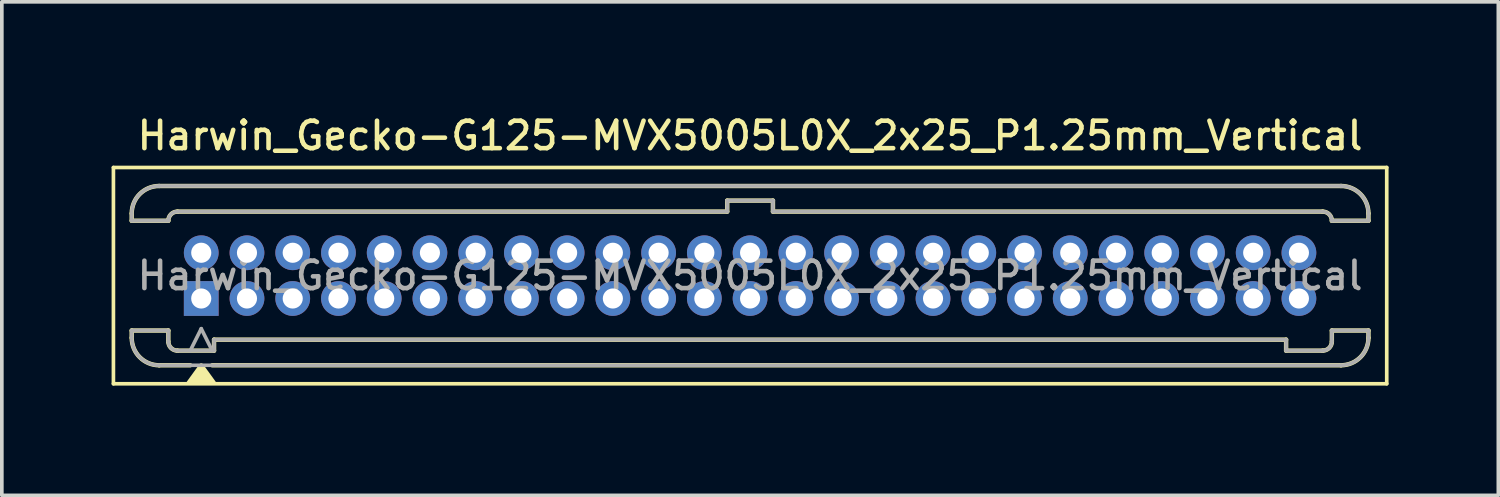
<source format=kicad_pcb>
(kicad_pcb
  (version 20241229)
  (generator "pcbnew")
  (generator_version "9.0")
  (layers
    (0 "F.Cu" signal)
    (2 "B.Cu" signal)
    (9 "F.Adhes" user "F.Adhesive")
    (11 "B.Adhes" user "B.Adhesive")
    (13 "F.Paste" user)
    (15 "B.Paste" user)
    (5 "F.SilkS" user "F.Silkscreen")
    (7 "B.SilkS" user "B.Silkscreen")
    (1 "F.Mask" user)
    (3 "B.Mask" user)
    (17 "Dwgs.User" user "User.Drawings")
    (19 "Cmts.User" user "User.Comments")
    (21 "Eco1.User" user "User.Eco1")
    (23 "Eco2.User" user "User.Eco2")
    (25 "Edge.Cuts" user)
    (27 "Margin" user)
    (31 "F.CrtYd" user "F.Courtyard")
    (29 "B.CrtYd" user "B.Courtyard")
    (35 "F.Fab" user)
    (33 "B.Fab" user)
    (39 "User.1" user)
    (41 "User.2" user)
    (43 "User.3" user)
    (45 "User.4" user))
  (footprint "Harwin_Gecko-G125-MVX5005L0X_2x25_P1.25mm_Vertical"
    (layer "F.Cu")
    (at 2.45 5.108)
    (property "Reference" "Harwin_Gecko-G125-MVX5005L0X_2x25_P1.25mm_Vertical" (at 15 -4.45 0) (layer "F.SilkS") (effects (font (size 0.75 0.75) (thickness 0.125))))
    (attr through_hole)
    (fp_line (start -2.4 -3.58) (end -2.4 2.33) (stroke (width 0.1) (type solid)) (layer "F.SilkS"))
    (fp_line (start -2.4 2.33) (end 32.4 2.33) (stroke (width 0.1) (type solid)) (layer "F.SilkS"))
    (fp_line (start -1.9 -2.325) (end -1.9 -2.125) (stroke (width 0.12) (type solid)) (layer "F.SilkS"))
    (fp_line (start -1.9 -2.125) (end -0.9 -2.125) (stroke (width 0.12) (type solid)) (layer "F.SilkS"))
    (fp_line (start -1.9 0.875) (end -0.9 0.875) (stroke (width 0.12) (type solid)) (layer "F.SilkS"))
    (fp_line (start -1.9 1.075) (end -1.9 0.875) (stroke (width 0.12) (type solid)) (layer "F.SilkS"))
    (fp_line (start -1.15 -3.075) (end 31.15 -3.075) (stroke (width 0.12) (type solid)) (layer "F.SilkS"))
    (fp_line (start -1.15 1.825) (end -0.3 1.825) (stroke (width 0.12) (type solid)) (layer "F.SilkS"))
    (fp_line (start -0.9 1.175) (end -0.9 0.875) (stroke (width 0.12) (type solid)) (layer "F.SilkS"))
    (fp_line (start -0.65 -2.375) (end 14.375 -2.375) (stroke (width 0.12) (type solid)) (layer "F.SilkS"))
    (fp_line (start -0.65 1.425) (end 0.35 1.425) (stroke (width 0.12) (type solid)) (layer "F.SilkS"))
    (fp_line (start 0.3 1.825) (end 31.15 1.825) (stroke (width 0.12) (type solid)) (layer "F.SilkS"))
    (fp_line (start 0.35 1.125) (end 29.65 1.125) (stroke (width 0.12) (type solid)) (layer "F.SilkS"))
    (fp_line (start 0.35 1.425) (end 0.35 1.125) (stroke (width 0.12) (type solid)) (layer "F.SilkS"))
    (fp_line (start 14.375 -2.675) (end 15.625 -2.675) (stroke (width 0.12) (type solid)) (layer "F.SilkS"))
    (fp_line (start 14.375 -2.375) (end 14.375 -2.675) (stroke (width 0.12) (type solid)) (layer "F.SilkS"))
    (fp_line (start 15.625 -2.675) (end 15.625 -2.375) (stroke (width 0.12) (type solid)) (layer "F.SilkS"))
    (fp_line (start 15.625 -2.375) (end 30.65 -2.375) (stroke (width 0.12) (type solid)) (layer "F.SilkS"))
    (fp_line (start 29.65 1.125) (end 29.65 1.425) (stroke (width 0.12) (type solid)) (layer "F.SilkS"))
    (fp_line (start 29.65 1.425) (end 30.65 1.425) (stroke (width 0.12) (type solid)) (layer "F.SilkS"))
    (fp_line (start 30.9 1.175) (end 30.9 0.875) (stroke (width 0.12) (type solid)) (layer "F.SilkS"))
    (fp_line (start 31.9 -2.325) (end 31.9 -2.125) (stroke (width 0.12) (type solid)) (layer "F.SilkS"))
    (fp_line (start 31.9 -2.125) (end 30.9 -2.125) (stroke (width 0.12) (type solid)) (layer "F.SilkS"))
    (fp_line (start 31.9 0.875) (end 30.9 0.875) (stroke (width 0.12) (type solid)) (layer "F.SilkS"))
    (fp_line (start 31.9 1.075) (end 31.9 0.875) (stroke (width 0.12) (type solid)) (layer "F.SilkS"))
    (fp_line (start 32.4 -3.58) (end -2.4 -3.58) (stroke (width 0.1) (type solid)) (layer "F.SilkS"))
    (fp_line (start 32.4 -3.58) (end 32.4 2.33) (stroke (width 0.1) (type solid)) (layer "F.SilkS"))
    (fp_arc (start -1.9 -2.325) (mid -1.68033 -2.85533) (end -1.15 -3.075) (stroke (width 0.12) (type solid)) (layer "F.SilkS"))
    (fp_arc (start -1.15 1.825) (mid -1.68033 1.60533) (end -1.9 1.075) (stroke (width 0.12) (type solid)) (layer "F.SilkS"))
    (fp_arc (start -0.9 -2.125) (mid -0.826777 -2.301777) (end -0.65 -2.375) (stroke (width 0.12) (type solid)) (layer "F.SilkS"))
    (fp_arc (start -0.65 1.425) (mid -0.826777 1.351777) (end -0.9 1.175) (stroke (width 0.12) (type solid)) (layer "F.SilkS"))
    (fp_arc (start 30.65 -2.375) (mid 30.826777 -2.301777) (end 30.9 -2.125) (stroke (width 0.12) (type solid)) (layer "F.SilkS"))
    (fp_arc (start 30.9 1.175) (mid 30.826777 1.351777) (end 30.65 1.425) (stroke (width 0.12) (type solid)) (layer "F.SilkS"))
    (fp_arc (start 31.15 -3.075) (mid 31.68033 -2.85533) (end 31.9 -2.325) (stroke (width 0.12) (type solid)) (layer "F.SilkS"))
    (fp_arc (start 31.9 1.075) (mid 31.68033 1.60533) (end 31.15 1.825) (stroke (width 0.12) (type solid)) (layer "F.SilkS"))
    (fp_poly (pts (xy 0 1.83) (xy -0.34 2.3) (xy 0.34 2.3) (xy 0 1.83)) (stroke (width 0.12) (type solid)) (fill yes) (layer "F.SilkS"))
    (fp_line (start -1.9 -2.325) (end -1.9 -2.125) (stroke (width 0.1) (type solid)) (layer "F.Fab"))
    (fp_line (start -1.9 -2.125) (end -0.9 -2.125) (stroke (width 0.1) (type solid)) (layer "F.Fab"))
    (fp_line (start -1.9 0.875) (end -0.9 0.875) (stroke (width 0.1) (type solid)) (layer "F.Fab"))
    (fp_line (start -1.9 1.075) (end -1.9 0.875) (stroke (width 0.1) (type solid)) (layer "F.Fab"))
    (fp_line (start -1.15 -3.075) (end 31.15 -3.075) (stroke (width 0.1) (type solid)) (layer "F.Fab"))
    (fp_line (start -1.15 1.825) (end 31.15 1.825) (stroke (width 0.1) (type solid)) (layer "F.Fab"))
    (fp_line (start -0.9 1.175) (end -0.9 0.875) (stroke (width 0.1) (type solid)) (layer "F.Fab"))
    (fp_line (start -0.65 -2.375) (end 14.375 -2.375) (stroke (width 0.1) (type solid)) (layer "F.Fab"))
    (fp_line (start -0.65 1.425) (end 0.35 1.425) (stroke (width 0.1) (type solid)) (layer "F.Fab"))
    (fp_line (start 0 0.825) (end -0.3 1.425) (stroke (width 0.1) (type solid)) (layer "F.Fab"))
    (fp_line (start 0.3 1.425) (end 0 0.825) (stroke (width 0.1) (type solid)) (layer "F.Fab"))
    (fp_line (start 0.35 1.125) (end 29.65 1.125) (stroke (width 0.1) (type solid)) (layer "F.Fab"))
    (fp_line (start 0.35 1.425) (end 0.35 1.125) (stroke (width 0.1) (type solid)) (layer "F.Fab"))
    (fp_line (start 14.375 -2.675) (end 15.625 -2.675) (stroke (width 0.1) (type solid)) (layer "F.Fab"))
    (fp_line (start 14.375 -2.375) (end 14.375 -2.675) (stroke (width 0.1) (type solid)) (layer "F.Fab"))
    (fp_line (start 15.625 -2.675) (end 15.625 -2.375) (stroke (width 0.1) (type solid)) (layer "F.Fab"))
    (fp_line (start 15.625 -2.375) (end 30.65 -2.375) (stroke (width 0.1) (type solid)) (layer "F.Fab"))
    (fp_line (start 29.65 1.125) (end 29.65 1.425) (stroke (width 0.1) (type solid)) (layer "F.Fab"))
    (fp_line (start 29.65 1.425) (end 30.65 1.425) (stroke (width 0.1) (type solid)) (layer "F.Fab"))
    (fp_line (start 30.9 1.175) (end 30.9 0.875) (stroke (width 0.1) (type solid)) (layer "F.Fab"))
    (fp_line (start 31.9 -2.325) (end 31.9 -2.125) (stroke (width 0.1) (type solid)) (layer "F.Fab"))
    (fp_line (start 31.9 -2.125) (end 30.9 -2.125) (stroke (width 0.1) (type solid)) (layer "F.Fab"))
    (fp_line (start 31.9 0.875) (end 30.9 0.875) (stroke (width 0.1) (type solid)) (layer "F.Fab"))
    (fp_line (start 31.9 1.075) (end 31.9 0.875) (stroke (width 0.1) (type solid)) (layer "F.Fab"))
    (fp_arc (start -1.9 -2.325) (mid -1.68033 -2.85533) (end -1.15 -3.075) (stroke (width 0.1) (type solid)) (layer "F.Fab"))
    (fp_arc (start -1.15 1.825) (mid -1.68033 1.60533) (end -1.9 1.075) (stroke (width 0.1) (type solid)) (layer "F.Fab"))
    (fp_arc (start -0.9 -2.125) (mid -0.826777 -2.301777) (end -0.65 -2.375) (stroke (width 0.1) (type solid)) (layer "F.Fab"))
    (fp_arc (start -0.65 1.425) (mid -0.826777 1.351777) (end -0.9 1.175) (stroke (width 0.1) (type solid)) (layer "F.Fab"))
    (fp_arc (start 30.65 -2.375) (mid 30.826777 -2.301777) (end 30.9 -2.125) (stroke (width 0.1) (type solid)) (layer "F.Fab"))
    (fp_arc (start 30.9 1.175) (mid 30.826777 1.351777) (end 30.65 1.425) (stroke (width 0.1) (type solid)) (layer "F.Fab"))
    (fp_arc (start 31.15 -3.075) (mid 31.68033 -2.85533) (end 31.9 -2.325) (stroke (width 0.1) (type solid)) (layer "F.Fab"))
    (fp_arc (start 31.9 1.075) (mid 31.68033 1.60533) (end 31.15 1.825) (stroke (width 0.1) (type solid)) (layer "F.Fab"))
    (fp_text user "${REFERENCE}" (at 15 -0.625 0) (layer "F.Fab") (effects (font (size 0.75 0.75) (thickness 0.125))))
    (pad "1" thru_hole rect (at 0 0) (size 0.95 0.95) (drill 0.55) (layers "*.Cu" "*.Mask"))
    (pad "2" thru_hole circle (at 1.25 0) (size 0.95 0.95) (drill 0.55) (layers "*.Cu" "*.Mask"))
    (pad "3" thru_hole circle (at 2.5 0) (size 0.95 0.95) (drill 0.55) (layers "*.Cu" "*.Mask"))
    (pad "4" thru_hole circle (at 3.75 0) (size 0.95 0.95) (drill 0.55) (layers "*.Cu" "*.Mask"))
    (pad "5" thru_hole circle (at 5 0) (size 0.95 0.95) (drill 0.55) (layers "*.Cu" "*.Mask"))
    (pad "6" thru_hole circle (at 6.25 0) (size 0.95 0.95) (drill 0.55) (layers "*.Cu" "*.Mask"))
    (pad "7" thru_hole circle (at 7.5 0) (size 0.95 0.95) (drill 0.55) (layers "*.Cu" "*.Mask"))
    (pad "8" thru_hole circle (at 8.75 0) (size 0.95 0.95) (drill 0.55) (layers "*.Cu" "*.Mask"))
    (pad "9" thru_hole circle (at 10 0) (size 0.95 0.95) (drill 0.55) (layers "*.Cu" "*.Mask"))
    (pad "10" thru_hole circle (at 11.25 0) (size 0.95 0.95) (drill 0.55) (layers "*.Cu" "*.Mask"))
    (pad "11" thru_hole circle (at 12.5 0) (size 0.95 0.95) (drill 0.55) (layers "*.Cu" "*.Mask"))
    (pad "12" thru_hole circle (at 13.75 0) (size 0.95 0.95) (drill 0.55) (layers "*.Cu" "*.Mask"))
    (pad "13" thru_hole circle (at 15 0) (size 0.95 0.95) (drill 0.55) (layers "*.Cu" "*.Mask"))
    (pad "14" thru_hole circle (at 16.25 0) (size 0.95 0.95) (drill 0.55) (layers "*.Cu" "*.Mask"))
    (pad "15" thru_hole circle (at 17.5 0) (size 0.95 0.95) (drill 0.55) (layers "*.Cu" "*.Mask"))
    (pad "16" thru_hole circle (at 18.75 0) (size 0.95 0.95) (drill 0.55) (layers "*.Cu" "*.Mask"))
    (pad "17" thru_hole circle (at 20 0) (size 0.95 0.95) (drill 0.55) (layers "*.Cu" "*.Mask"))
    (pad "18" thru_hole circle (at 21.25 0) (size 0.95 0.95) (drill 0.55) (layers "*.Cu" "*.Mask"))
    (pad "19" thru_hole circle (at 22.5 0) (size 0.95 0.95) (drill 0.55) (layers "*.Cu" "*.Mask"))
    (pad "20" thru_hole circle (at 23.75 0) (size 0.95 0.95) (drill 0.55) (layers "*.Cu" "*.Mask"))
    (pad "21" thru_hole circle (at 25 0) (size 0.95 0.95) (drill 0.55) (layers "*.Cu" "*.Mask"))
    (pad "22" thru_hole circle (at 26.25 0) (size 0.95 0.95) (drill 0.55) (layers "*.Cu" "*.Mask"))
    (pad "23" thru_hole circle (at 27.5 0) (size 0.95 0.95) (drill 0.55) (layers "*.Cu" "*.Mask"))
    (pad "24" thru_hole circle (at 28.75 0) (size 0.95 0.95) (drill 0.55) (layers "*.Cu" "*.Mask"))
    (pad "25" thru_hole circle (at 30 0) (size 0.95 0.95) (drill 0.55) (layers "*.Cu" "*.Mask"))
    (pad "26" thru_hole circle (at 0 -1.25) (size 0.95 0.95) (drill 0.55) (layers "*.Cu" "*.Mask"))
    (pad "27" thru_hole circle (at 1.25 -1.25) (size 0.95 0.95) (drill 0.55) (layers "*.Cu" "*.Mask"))
    (pad "28" thru_hole circle (at 2.5 -1.25) (size 0.95 0.95) (drill 0.55) (layers "*.Cu" "*.Mask"))
    (pad "29" thru_hole circle (at 3.75 -1.25) (size 0.95 0.95) (drill 0.55) (layers "*.Cu" "*.Mask"))
    (pad "30" thru_hole circle (at 5 -1.25) (size 0.95 0.95) (drill 0.55) (layers "*.Cu" "*.Mask"))
    (pad "31" thru_hole circle (at 6.25 -1.25) (size 0.95 0.95) (drill 0.55) (layers "*.Cu" "*.Mask"))
    (pad "32" thru_hole circle (at 8.75 -1.25) (size 0.95 0.95) (drill 0.55) (layers "*.Cu" "*.Mask"))
    (pad "33" thru_hole circle (at 7.5 -1.25) (size 0.95 0.95) (drill 0.55) (layers "*.Cu" "*.Mask"))
    (pad "34" thru_hole circle (at 10 -1.25) (size 0.95 0.95) (drill 0.55) (layers "*.Cu" "*.Mask"))
    (pad "35" thru_hole circle (at 11.25 -1.25) (size 0.95 0.95) (drill 0.55) (layers "*.Cu" "*.Mask"))
    (pad "36" thru_hole circle (at 12.5 -1.25) (size 0.95 0.95) (drill 0.55) (layers "*.Cu" "*.Mask"))
    (pad "37" thru_hole circle (at 13.75 -1.25) (size 0.95 0.95) (drill 0.55) (layers "*.Cu" "*.Mask"))
    (pad "38" thru_hole circle (at 15 -1.25) (size 0.95 0.95) (drill 0.55) (layers "*.Cu" "*.Mask"))
    (pad "39" thru_hole circle (at 16.25 -1.25) (size 0.95 0.95) (drill 0.55) (layers "*.Cu" "*.Mask"))
    (pad "40" thru_hole circle (at 17.5 -1.25) (size 0.95 0.95) (drill 0.55) (layers "*.Cu" "*.Mask"))
    (pad "41" thru_hole circle (at 18.75 -1.25) (size 0.95 0.95) (drill 0.55) (layers "*.Cu" "*.Mask"))
    (pad "42" thru_hole circle (at 20 -1.25) (size 0.95 0.95) (drill 0.55) (layers "*.Cu" "*.Mask"))
    (pad "43" thru_hole circle (at 21.25 -1.25) (size 0.95 0.95) (drill 0.55) (layers "*.Cu" "*.Mask"))
    (pad "44" thru_hole circle (at 22.5 -1.25) (size 0.95 0.95) (drill 0.55) (layers "*.Cu" "*.Mask"))
    (pad "45" thru_hole circle (at 23.75 -1.25) (size 0.95 0.95) (drill 0.55) (layers "*.Cu" "*.Mask"))
    (pad "46" thru_hole circle (at 25 -1.25) (size 0.95 0.95) (drill 0.55) (layers "*.Cu" "*.Mask"))
    (pad "47" thru_hole circle (at 26.25 -1.25) (size 0.95 0.95) (drill 0.55) (layers "*.Cu" "*.Mask"))
    (pad "48" thru_hole circle (at 27.5 -1.25) (size 0.95 0.95) (drill 0.55) (layers "*.Cu" "*.Mask"))
    (pad "49" thru_hole circle (at 28.75 -1.25) (size 0.95 0.95) (drill 0.55) (layers "*.Cu" "*.Mask"))
    (pad "50" thru_hole circle (at 30 -1.25) (size 0.95 0.95) (drill 0.55) (layers "*.Cu" "*.Mask")))
  (gr_rect
    (start -3 -3)
    (end 37.9 10.488)
    (stroke (width 0.1) (type default))
    (fill no)
    (layer "Edge.Cuts")))
</source>
